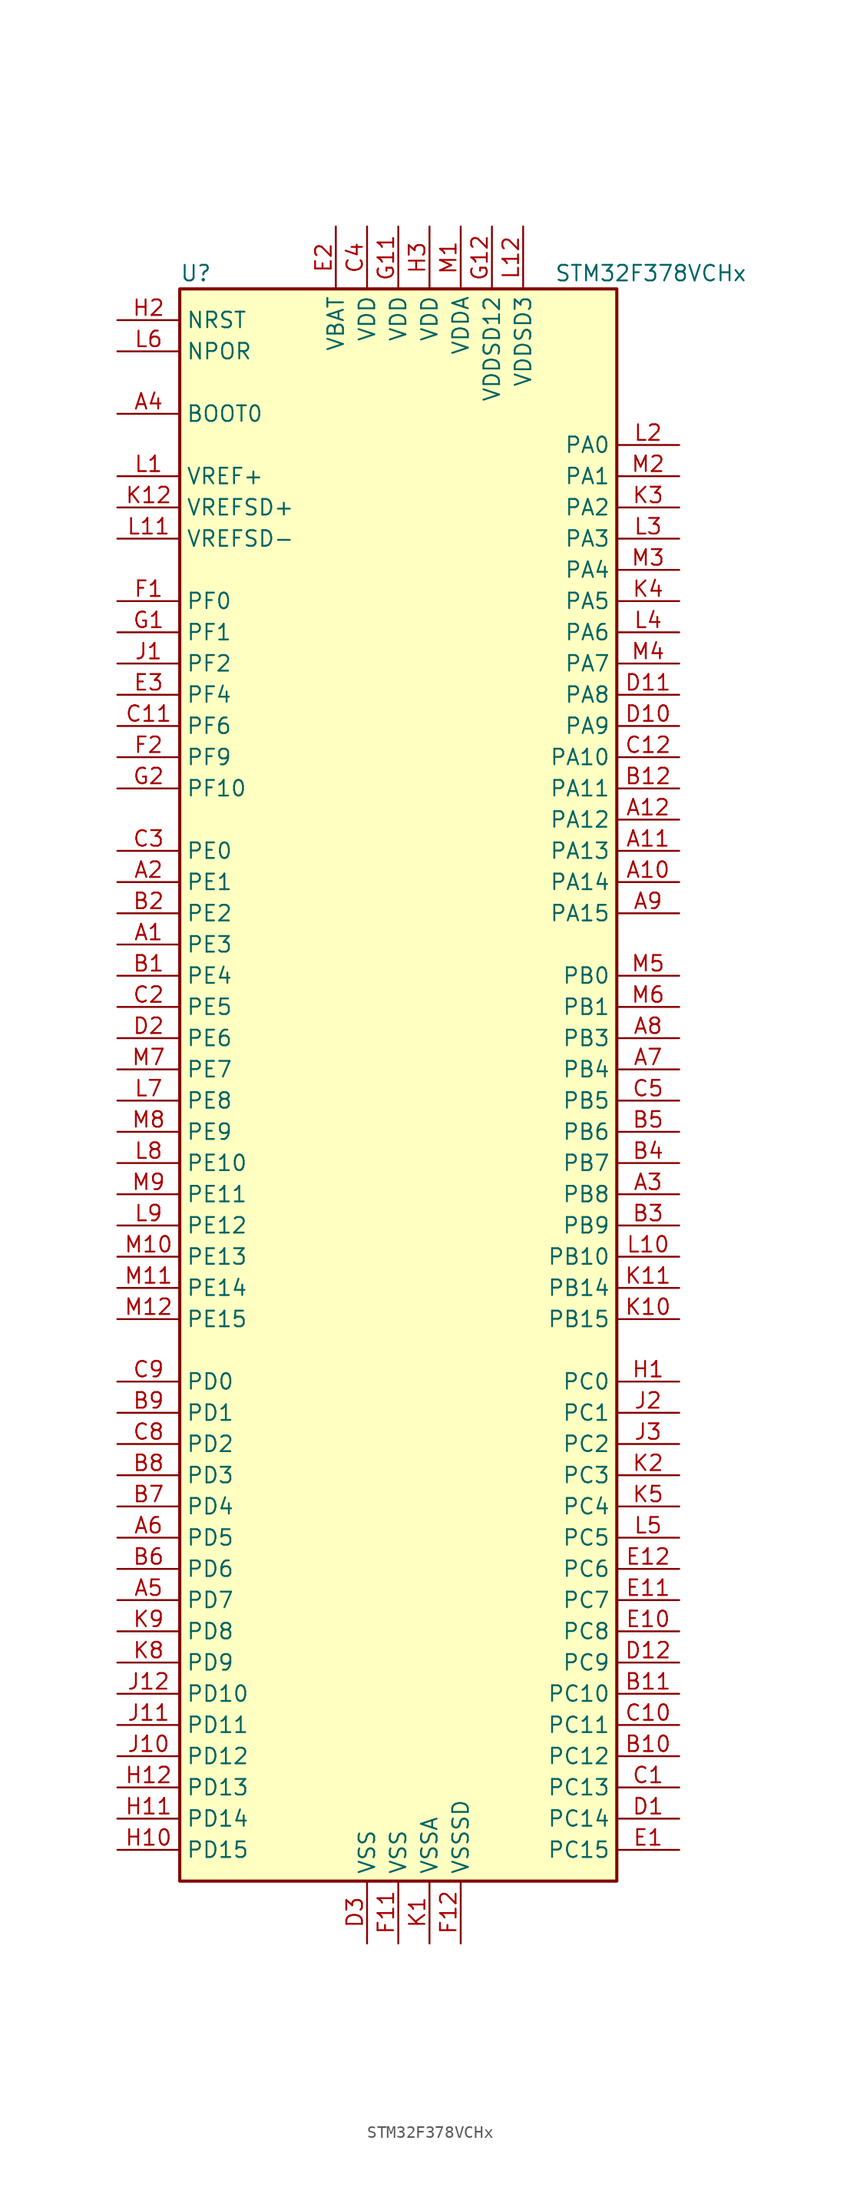
<source format=kicad_sym>
(kicad_symbol_lib
  (version 20201005)
  (generator kicad_symbol_editor)
  (symbol "STM32F378VCHx"
    (property "Reference" "U"
      (at -17.78 64.77 0)
      (effects (font (size 1.27 1.27)) (justify left)))
    (property "Value" "STM32F378VCHx"
      (at 12.7 64.77 0)
      (effects (font (size 1.27 1.27)) (justify left)))
    (symbol "STM32F378VCHx_0_1"
      (rectangle (start -17.78 -66.04) (end 17.78 63.5) (stroke (width 0.254)) (fill (type background))))
    (symbol "STM32F378VCHx_1_1"
      (pin input line (at -22.86 53.34 0) (length 5.08) (name "BOOT0" (effects (font (size 1.27 1.27)))) (number "A4" (effects (font (size 1.27 1.27)))))
      (pin input line (at -22.86 58.42 0) (length 5.08) (name "NPOR" (effects (font (size 1.27 1.27)))) (number "L6" (effects (font (size 1.27 1.27)))))
      (pin input line (at -22.86 60.96 0) (length 5.08) (name "NRST" (effects (font (size 1.27 1.27)))) (number "H2" (effects (font (size 1.27 1.27)))))
      (pin bidirectional line (at 22.86 50.8 180) (length 5.08) (name "PA0" (effects (font (size 1.27 1.27)))) (number "L2" (effects (font (size 1.27 1.27)))))
      (pin bidirectional line (at 22.86 48.26 180) (length 5.08) (name "PA1" (effects (font (size 1.27 1.27)))) (number "M2" (effects (font (size 1.27 1.27)))))
      (pin bidirectional line (at 22.86 25.4 180) (length 5.08) (name "PA10" (effects (font (size 1.27 1.27)))) (number "C12" (effects (font (size 1.27 1.27)))))
      (pin bidirectional line (at 22.86 22.86 180) (length 5.08) (name "PA11" (effects (font (size 1.27 1.27)))) (number "B12" (effects (font (size 1.27 1.27)))))
      (pin bidirectional line (at 22.86 20.32 180) (length 5.08) (name "PA12" (effects (font (size 1.27 1.27)))) (number "A12" (effects (font (size 1.27 1.27)))))
      (pin bidirectional line (at 22.86 17.78 180) (length 5.08) (name "PA13" (effects (font (size 1.27 1.27)))) (number "A11" (effects (font (size 1.27 1.27)))))
      (pin bidirectional line (at 22.86 15.24 180) (length 5.08) (name "PA14" (effects (font (size 1.27 1.27)))) (number "A10" (effects (font (size 1.27 1.27)))))
      (pin bidirectional line (at 22.86 12.7 180) (length 5.08) (name "PA15" (effects (font (size 1.27 1.27)))) (number "A9" (effects (font (size 1.27 1.27)))))
      (pin bidirectional line (at 22.86 45.72 180) (length 5.08) (name "PA2" (effects (font (size 1.27 1.27)))) (number "K3" (effects (font (size 1.27 1.27)))))
      (pin bidirectional line (at 22.86 43.18 180) (length 5.08) (name "PA3" (effects (font (size 1.27 1.27)))) (number "L3" (effects (font (size 1.27 1.27)))))
      (pin bidirectional line (at 22.86 40.64 180) (length 5.08) (name "PA4" (effects (font (size 1.27 1.27)))) (number "M3" (effects (font (size 1.27 1.27)))))
      (pin bidirectional line (at 22.86 38.1 180) (length 5.08) (name "PA5" (effects (font (size 1.27 1.27)))) (number "K4" (effects (font (size 1.27 1.27)))))
      (pin bidirectional line (at 22.86 35.56 180) (length 5.08) (name "PA6" (effects (font (size 1.27 1.27)))) (number "L4" (effects (font (size 1.27 1.27)))))
      (pin bidirectional line (at 22.86 33.02 180) (length 5.08) (name "PA7" (effects (font (size 1.27 1.27)))) (number "M4" (effects (font (size 1.27 1.27)))))
      (pin bidirectional line (at 22.86 30.48 180) (length 5.08) (name "PA8" (effects (font (size 1.27 1.27)))) (number "D11" (effects (font (size 1.27 1.27)))))
      (pin bidirectional line (at 22.86 27.94 180) (length 5.08) (name "PA9" (effects (font (size 1.27 1.27)))) (number "D10" (effects (font (size 1.27 1.27)))))
      (pin bidirectional line (at 22.86 7.62 180) (length 5.08) (name "PB0" (effects (font (size 1.27 1.27)))) (number "M5" (effects (font (size 1.27 1.27)))))
      (pin bidirectional line (at 22.86 5.08 180) (length 5.08) (name "PB1" (effects (font (size 1.27 1.27)))) (number "M6" (effects (font (size 1.27 1.27)))))
      (pin bidirectional line (at 22.86 -15.24 180) (length 5.08) (name "PB10" (effects (font (size 1.27 1.27)))) (number "L10" (effects (font (size 1.27 1.27)))))
      (pin bidirectional line (at 22.86 -17.78 180) (length 5.08) (name "PB14" (effects (font (size 1.27 1.27)))) (number "K11" (effects (font (size 1.27 1.27)))))
      (pin bidirectional line (at 22.86 -20.32 180) (length 5.08) (name "PB15" (effects (font (size 1.27 1.27)))) (number "K10" (effects (font (size 1.27 1.27)))))
      (pin bidirectional line (at 22.86 2.54 180) (length 5.08) (name "PB3" (effects (font (size 1.27 1.27)))) (number "A8" (effects (font (size 1.27 1.27)))))
      (pin bidirectional line (at 22.86 0 180) (length 5.08) (name "PB4" (effects (font (size 1.27 1.27)))) (number "A7" (effects (font (size 1.27 1.27)))))
      (pin bidirectional line (at 22.86 -2.54 180) (length 5.08) (name "PB5" (effects (font (size 1.27 1.27)))) (number "C5" (effects (font (size 1.27 1.27)))))
      (pin bidirectional line (at 22.86 -5.08 180) (length 5.08) (name "PB6" (effects (font (size 1.27 1.27)))) (number "B5" (effects (font (size 1.27 1.27)))))
      (pin bidirectional line (at 22.86 -7.62 180) (length 5.08) (name "PB7" (effects (font (size 1.27 1.27)))) (number "B4" (effects (font (size 1.27 1.27)))))
      (pin bidirectional line (at 22.86 -10.16 180) (length 5.08) (name "PB8" (effects (font (size 1.27 1.27)))) (number "A3" (effects (font (size 1.27 1.27)))))
      (pin bidirectional line (at 22.86 -12.7 180) (length 5.08) (name "PB9" (effects (font (size 1.27 1.27)))) (number "B3" (effects (font (size 1.27 1.27)))))
      (pin bidirectional line (at 22.86 -25.4 180) (length 5.08) (name "PC0" (effects (font (size 1.27 1.27)))) (number "H1" (effects (font (size 1.27 1.27)))))
      (pin bidirectional line (at 22.86 -27.94 180) (length 5.08) (name "PC1" (effects (font (size 1.27 1.27)))) (number "J2" (effects (font (size 1.27 1.27)))))
      (pin bidirectional line (at 22.86 -50.8 180) (length 5.08) (name "PC10" (effects (font (size 1.27 1.27)))) (number "B11" (effects (font (size 1.27 1.27)))))
      (pin bidirectional line (at 22.86 -53.34 180) (length 5.08) (name "PC11" (effects (font (size 1.27 1.27)))) (number "C10" (effects (font (size 1.27 1.27)))))
      (pin bidirectional line (at 22.86 -55.88 180) (length 5.08) (name "PC12" (effects (font (size 1.27 1.27)))) (number "B10" (effects (font (size 1.27 1.27)))))
      (pin bidirectional line (at 22.86 -58.42 180) (length 5.08) (name "PC13" (effects (font (size 1.27 1.27)))) (number "C1" (effects (font (size 1.27 1.27)))))
      (pin bidirectional line (at 22.86 -60.96 180) (length 5.08) (name "PC14" (effects (font (size 1.27 1.27)))) (number "D1" (effects (font (size 1.27 1.27)))))
      (pin bidirectional line (at 22.86 -63.5 180) (length 5.08) (name "PC15" (effects (font (size 1.27 1.27)))) (number "E1" (effects (font (size 1.27 1.27)))))
      (pin bidirectional line (at 22.86 -30.48 180) (length 5.08) (name "PC2" (effects (font (size 1.27 1.27)))) (number "J3" (effects (font (size 1.27 1.27)))))
      (pin bidirectional line (at 22.86 -33.02 180) (length 5.08) (name "PC3" (effects (font (size 1.27 1.27)))) (number "K2" (effects (font (size 1.27 1.27)))))
      (pin bidirectional line (at 22.86 -35.56 180) (length 5.08) (name "PC4" (effects (font (size 1.27 1.27)))) (number "K5" (effects (font (size 1.27 1.27)))))
      (pin bidirectional line (at 22.86 -38.1 180) (length 5.08) (name "PC5" (effects (font (size 1.27 1.27)))) (number "L5" (effects (font (size 1.27 1.27)))))
      (pin bidirectional line (at 22.86 -40.64 180) (length 5.08) (name "PC6" (effects (font (size 1.27 1.27)))) (number "E12" (effects (font (size 1.27 1.27)))))
      (pin bidirectional line (at 22.86 -43.18 180) (length 5.08) (name "PC7" (effects (font (size 1.27 1.27)))) (number "E11" (effects (font (size 1.27 1.27)))))
      (pin bidirectional line (at 22.86 -45.72 180) (length 5.08) (name "PC8" (effects (font (size 1.27 1.27)))) (number "E10" (effects (font (size 1.27 1.27)))))
      (pin bidirectional line (at 22.86 -48.26 180) (length 5.08) (name "PC9" (effects (font (size 1.27 1.27)))) (number "D12" (effects (font (size 1.27 1.27)))))
      (pin bidirectional line (at -22.86 -25.4 0) (length 5.08) (name "PD0" (effects (font (size 1.27 1.27)))) (number "C9" (effects (font (size 1.27 1.27)))))
      (pin bidirectional line (at -22.86 -27.94 0) (length 5.08) (name "PD1" (effects (font (size 1.27 1.27)))) (number "B9" (effects (font (size 1.27 1.27)))))
      (pin bidirectional line (at -22.86 -50.8 0) (length 5.08) (name "PD10" (effects (font (size 1.27 1.27)))) (number "J12" (effects (font (size 1.27 1.27)))))
      (pin bidirectional line (at -22.86 -53.34 0) (length 5.08) (name "PD11" (effects (font (size 1.27 1.27)))) (number "J11" (effects (font (size 1.27 1.27)))))
      (pin bidirectional line (at -22.86 -55.88 0) (length 5.08) (name "PD12" (effects (font (size 1.27 1.27)))) (number "J10" (effects (font (size 1.27 1.27)))))
      (pin bidirectional line (at -22.86 -58.42 0) (length 5.08) (name "PD13" (effects (font (size 1.27 1.27)))) (number "H12" (effects (font (size 1.27 1.27)))))
      (pin bidirectional line (at -22.86 -60.96 0) (length 5.08) (name "PD14" (effects (font (size 1.27 1.27)))) (number "H11" (effects (font (size 1.27 1.27)))))
      (pin bidirectional line (at -22.86 -63.5 0) (length 5.08) (name "PD15" (effects (font (size 1.27 1.27)))) (number "H10" (effects (font (size 1.27 1.27)))))
      (pin bidirectional line (at -22.86 -30.48 0) (length 5.08) (name "PD2" (effects (font (size 1.27 1.27)))) (number "C8" (effects (font (size 1.27 1.27)))))
      (pin bidirectional line (at -22.86 -33.02 0) (length 5.08) (name "PD3" (effects (font (size 1.27 1.27)))) (number "B8" (effects (font (size 1.27 1.27)))))
      (pin bidirectional line (at -22.86 -35.56 0) (length 5.08) (name "PD4" (effects (font (size 1.27 1.27)))) (number "B7" (effects (font (size 1.27 1.27)))))
      (pin bidirectional line (at -22.86 -38.1 0) (length 5.08) (name "PD5" (effects (font (size 1.27 1.27)))) (number "A6" (effects (font (size 1.27 1.27)))))
      (pin bidirectional line (at -22.86 -40.64 0) (length 5.08) (name "PD6" (effects (font (size 1.27 1.27)))) (number "B6" (effects (font (size 1.27 1.27)))))
      (pin bidirectional line (at -22.86 -43.18 0) (length 5.08) (name "PD7" (effects (font (size 1.27 1.27)))) (number "A5" (effects (font (size 1.27 1.27)))))
      (pin bidirectional line (at -22.86 -45.72 0) (length 5.08) (name "PD8" (effects (font (size 1.27 1.27)))) (number "K9" (effects (font (size 1.27 1.27)))))
      (pin bidirectional line (at -22.86 -48.26 0) (length 5.08) (name "PD9" (effects (font (size 1.27 1.27)))) (number "K8" (effects (font (size 1.27 1.27)))))
      (pin bidirectional line (at -22.86 17.78 0) (length 5.08) (name "PE0" (effects (font (size 1.27 1.27)))) (number "C3" (effects (font (size 1.27 1.27)))))
      (pin bidirectional line (at -22.86 15.24 0) (length 5.08) (name "PE1" (effects (font (size 1.27 1.27)))) (number "A2" (effects (font (size 1.27 1.27)))))
      (pin bidirectional line (at -22.86 -7.62 0) (length 5.08) (name "PE10" (effects (font (size 1.27 1.27)))) (number "L8" (effects (font (size 1.27 1.27)))))
      (pin bidirectional line (at -22.86 -10.16 0) (length 5.08) (name "PE11" (effects (font (size 1.27 1.27)))) (number "M9" (effects (font (size 1.27 1.27)))))
      (pin bidirectional line (at -22.86 -12.7 0) (length 5.08) (name "PE12" (effects (font (size 1.27 1.27)))) (number "L9" (effects (font (size 1.27 1.27)))))
      (pin bidirectional line (at -22.86 -15.24 0) (length 5.08) (name "PE13" (effects (font (size 1.27 1.27)))) (number "M10" (effects (font (size 1.27 1.27)))))
      (pin bidirectional line (at -22.86 -17.78 0) (length 5.08) (name "PE14" (effects (font (size 1.27 1.27)))) (number "M11" (effects (font (size 1.27 1.27)))))
      (pin bidirectional line (at -22.86 -20.32 0) (length 5.08) (name "PE15" (effects (font (size 1.27 1.27)))) (number "M12" (effects (font (size 1.27 1.27)))))
      (pin bidirectional line (at -22.86 12.7 0) (length 5.08) (name "PE2" (effects (font (size 1.27 1.27)))) (number "B2" (effects (font (size 1.27 1.27)))))
      (pin bidirectional line (at -22.86 10.16 0) (length 5.08) (name "PE3" (effects (font (size 1.27 1.27)))) (number "A1" (effects (font (size 1.27 1.27)))))
      (pin bidirectional line (at -22.86 7.62 0) (length 5.08) (name "PE4" (effects (font (size 1.27 1.27)))) (number "B1" (effects (font (size 1.27 1.27)))))
      (pin bidirectional line (at -22.86 5.08 0) (length 5.08) (name "PE5" (effects (font (size 1.27 1.27)))) (number "C2" (effects (font (size 1.27 1.27)))))
      (pin bidirectional line (at -22.86 2.54 0) (length 5.08) (name "PE6" (effects (font (size 1.27 1.27)))) (number "D2" (effects (font (size 1.27 1.27)))))
      (pin bidirectional line (at -22.86 0 0) (length 5.08) (name "PE7" (effects (font (size 1.27 1.27)))) (number "M7" (effects (font (size 1.27 1.27)))))
      (pin bidirectional line (at -22.86 -2.54 0) (length 5.08) (name "PE8" (effects (font (size 1.27 1.27)))) (number "L7" (effects (font (size 1.27 1.27)))))
      (pin bidirectional line (at -22.86 -5.08 0) (length 5.08) (name "PE9" (effects (font (size 1.27 1.27)))) (number "M8" (effects (font (size 1.27 1.27)))))
      (pin input line (at -22.86 38.1 0) (length 5.08) (name "PF0" (effects (font (size 1.27 1.27)))) (number "F1" (effects (font (size 1.27 1.27)))))
      (pin input line (at -22.86 35.56 0) (length 5.08) (name "PF1" (effects (font (size 1.27 1.27)))) (number "G1" (effects (font (size 1.27 1.27)))))
      (pin bidirectional line (at -22.86 22.86 0) (length 5.08) (name "PF10" (effects (font (size 1.27 1.27)))) (number "G2" (effects (font (size 1.27 1.27)))))
      (pin bidirectional line (at -22.86 33.02 0) (length 5.08) (name "PF2" (effects (font (size 1.27 1.27)))) (number "J1" (effects (font (size 1.27 1.27)))))
      (pin bidirectional line (at -22.86 30.48 0) (length 5.08) (name "PF4" (effects (font (size 1.27 1.27)))) (number "E3" (effects (font (size 1.27 1.27)))))
      (pin bidirectional line (at -22.86 27.94 0) (length 5.08) (name "PF6" (effects (font (size 1.27 1.27)))) (number "C11" (effects (font (size 1.27 1.27)))))
      (pin bidirectional line (at -22.86 25.4 0) (length 5.08) (name "PF9" (effects (font (size 1.27 1.27)))) (number "F2" (effects (font (size 1.27 1.27)))))
      (pin power_in line (at -5.08 68.58 270) (length 5.08) (name "VBAT" (effects (font (size 1.27 1.27)))) (number "E2" (effects (font (size 1.27 1.27)))))
      (pin power_in line (at -2.54 68.58 270) (length 5.08) (name "VDD" (effects (font (size 1.27 1.27)))) (number "C4" (effects (font (size 1.27 1.27)))))
      (pin power_in line (at 0 68.58 270) (length 5.08) (name "VDD" (effects (font (size 1.27 1.27)))) (number "G11" (effects (font (size 1.27 1.27)))))
      (pin power_in line (at 2.54 68.58 270) (length 5.08) (name "VDD" (effects (font (size 1.27 1.27)))) (number "H3" (effects (font (size 1.27 1.27)))))
      (pin power_in line (at 5.08 68.58 270) (length 5.08) (name "VDDA" (effects (font (size 1.27 1.27)))) (number "M1" (effects (font (size 1.27 1.27)))))
      (pin power_in line (at 7.62 68.58 270) (length 5.08) (name "VDDSD12" (effects (font (size 1.27 1.27)))) (number "G12" (effects (font (size 1.27 1.27)))))
      (pin power_in line (at 10.16 68.58 270) (length 5.08) (name "VDDSD3" (effects (font (size 1.27 1.27)))) (number "L12" (effects (font (size 1.27 1.27)))))
      (pin power_in line (at -22.86 48.26 0) (length 5.08) (name "VREF+" (effects (font (size 1.27 1.27)))) (number "L1" (effects (font (size 1.27 1.27)))))
      (pin power_in line (at -22.86 45.72 0) (length 5.08) (name "VREFSD+" (effects (font (size 1.27 1.27)))) (number "K12" (effects (font (size 1.27 1.27)))))
      (pin power_in line (at -22.86 43.18 0) (length 5.08) (name "VREFSD-" (effects (font (size 1.27 1.27)))) (number "L11" (effects (font (size 1.27 1.27)))))
      (pin power_in line (at -2.54 -71.12 90) (length 5.08) (name "VSS" (effects (font (size 1.27 1.27)))) (number "D3" (effects (font (size 1.27 1.27)))))
      (pin power_in line (at 0 -71.12 90) (length 5.08) (name "VSS" (effects (font (size 1.27 1.27)))) (number "F11" (effects (font (size 1.27 1.27)))))
      (pin power_in line (at 2.54 -71.12 90) (length 5.08) (name "VSSA" (effects (font (size 1.27 1.27)))) (number "K1" (effects (font (size 1.27 1.27)))))
      (pin power_in line (at 5.08 -71.12 90) (length 5.08) (name "VSSSD" (effects (font (size 1.27 1.27)))) (number "F12" (effects (font (size 1.27 1.27))))))))
</source>
